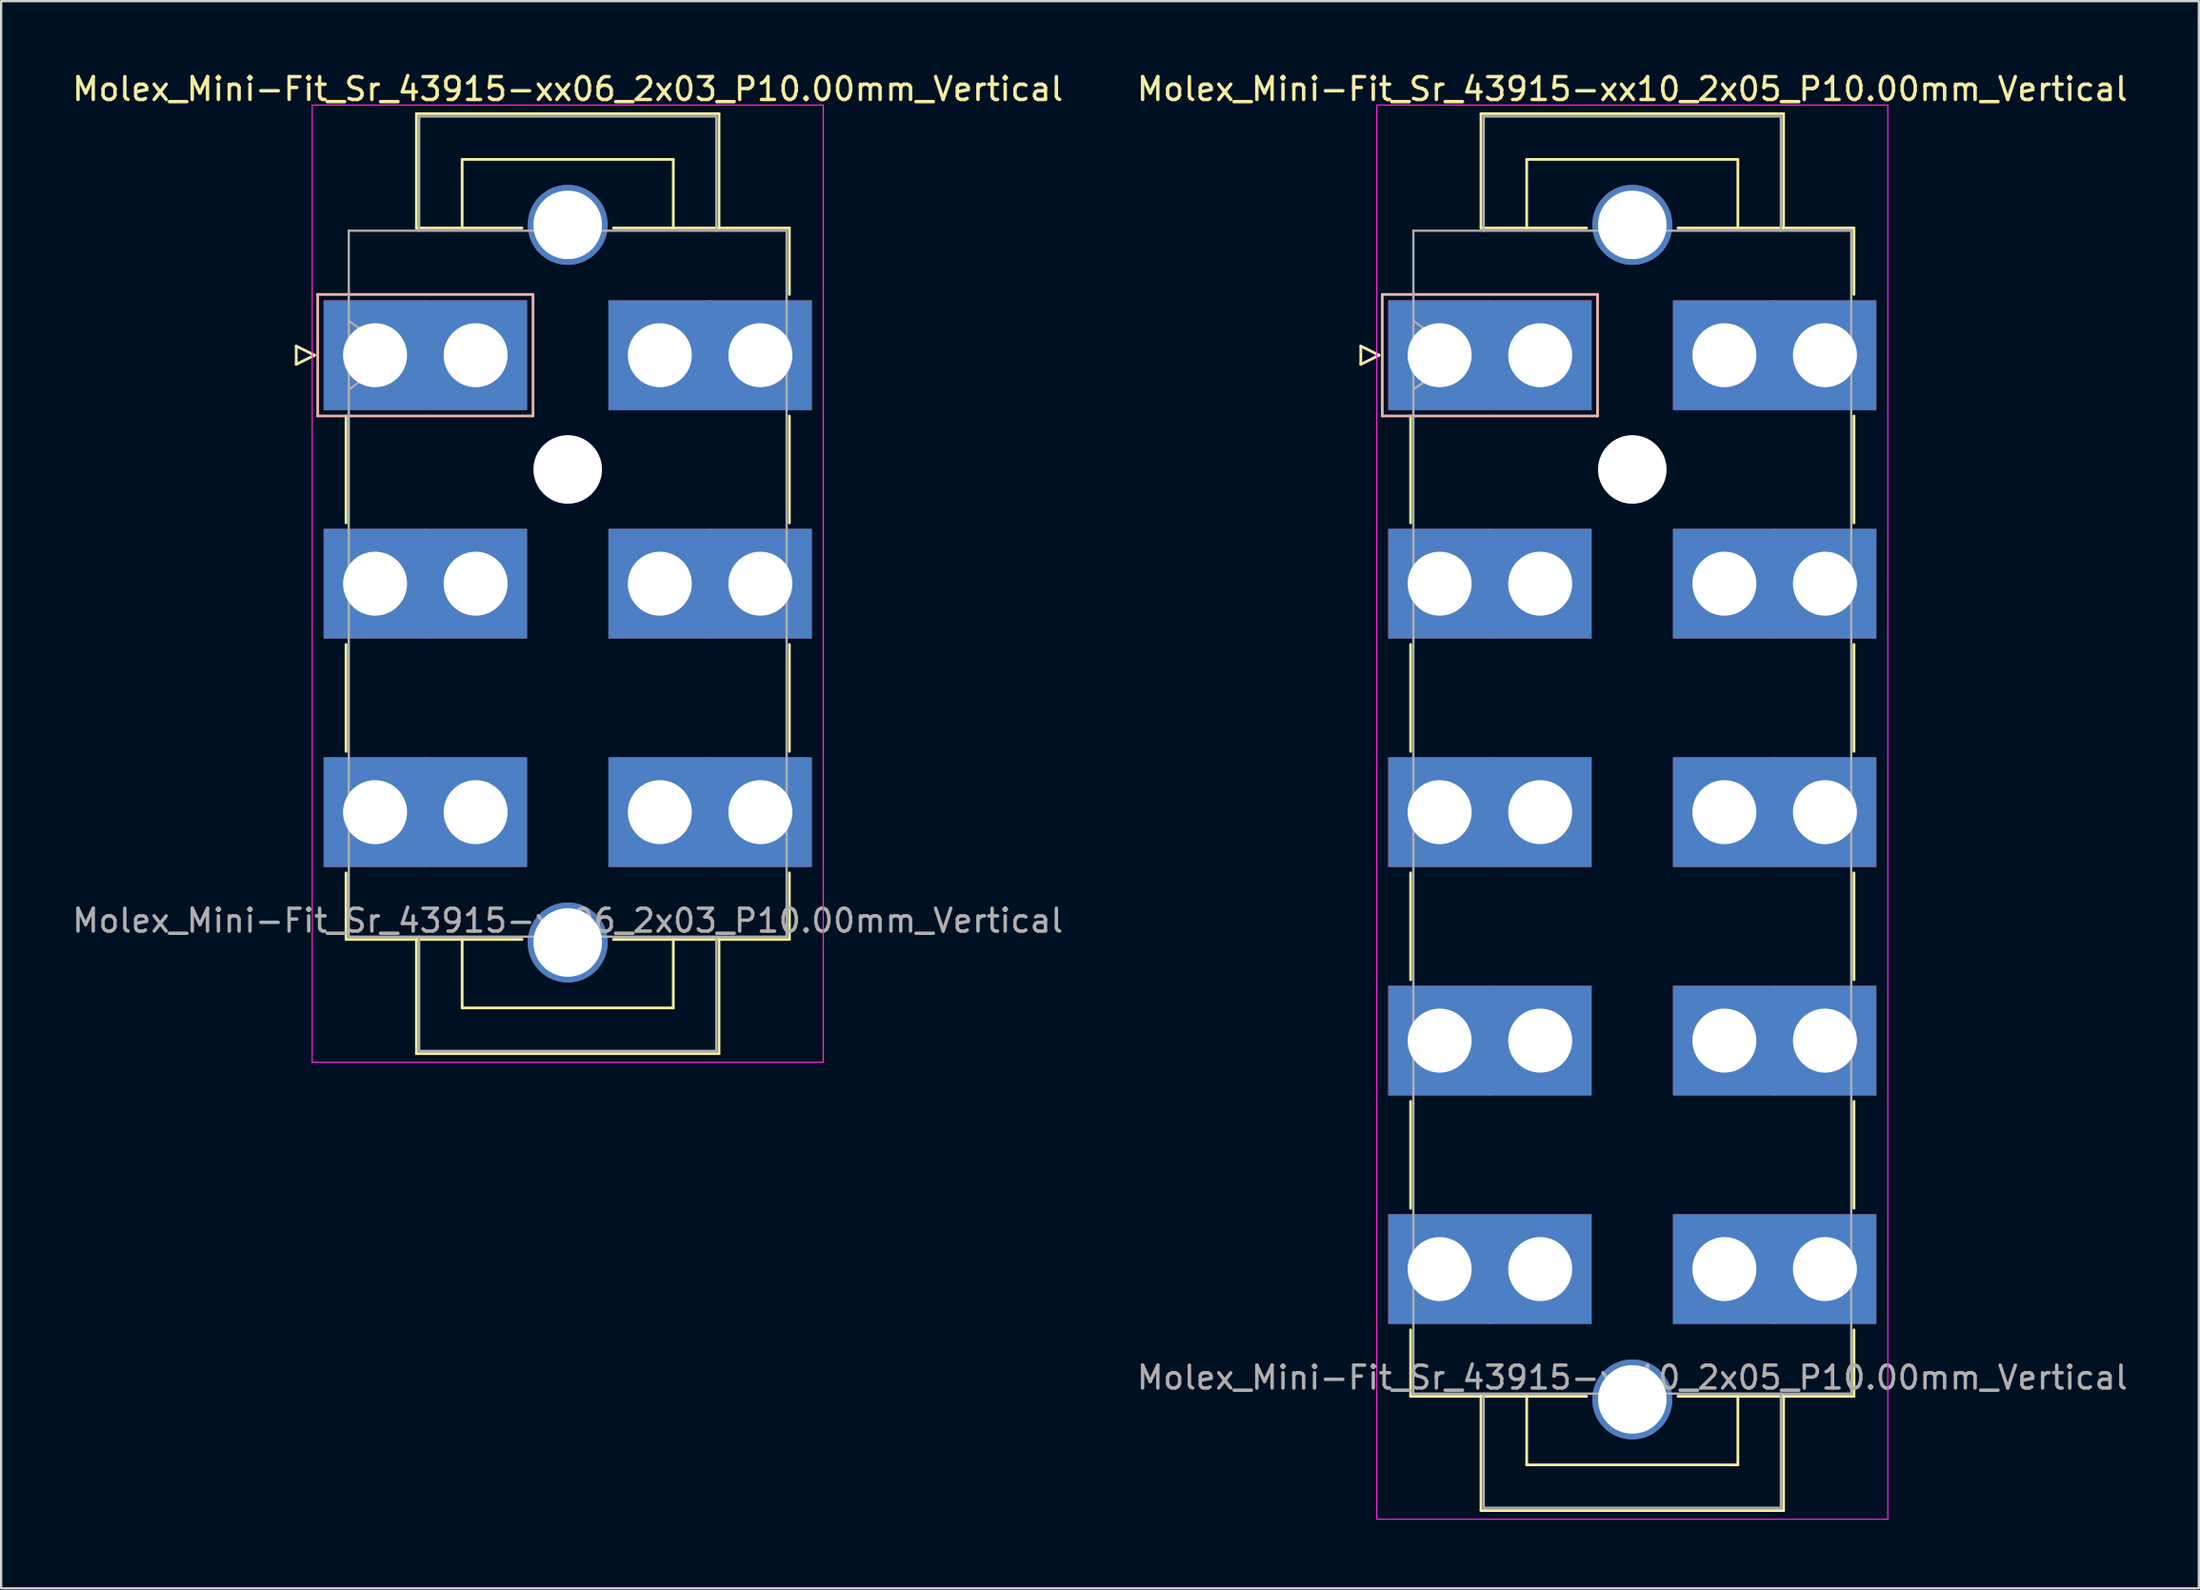
<source format=kicad_pcb>
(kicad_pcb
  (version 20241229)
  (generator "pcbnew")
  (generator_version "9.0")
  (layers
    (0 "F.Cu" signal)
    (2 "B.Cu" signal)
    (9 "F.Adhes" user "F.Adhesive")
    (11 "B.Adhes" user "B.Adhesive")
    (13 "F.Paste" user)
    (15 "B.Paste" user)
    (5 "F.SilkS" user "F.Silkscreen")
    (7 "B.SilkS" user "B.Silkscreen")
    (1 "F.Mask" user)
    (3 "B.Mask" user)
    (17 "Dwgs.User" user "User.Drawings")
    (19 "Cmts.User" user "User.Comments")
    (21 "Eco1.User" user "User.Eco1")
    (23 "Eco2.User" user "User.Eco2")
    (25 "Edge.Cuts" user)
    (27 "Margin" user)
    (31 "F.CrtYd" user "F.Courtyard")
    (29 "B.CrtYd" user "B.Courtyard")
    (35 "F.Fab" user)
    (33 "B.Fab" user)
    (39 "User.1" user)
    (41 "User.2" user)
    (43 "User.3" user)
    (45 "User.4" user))
  (footprint "Molex_Mini-Fit_Sr_43915-xx10_2x05_P10.00mm_Vertical"
    (layer "F.Cu")
    (at 59.945 12.498)
    (property "Reference" "Molex_Mini-Fit_Sr_43915-xx10_2x05_P10.00mm_Vertical" (at 8.43 -11.65 0) (layer "F.SilkS") (effects (font (size 1 1) (thickness 0.15))))
    (attr through_hole)
    (fp_line (start -3.45 -0.4) (end -3.45 0.4) (stroke (width 0.12) (type solid)) (layer "F.SilkS"))
    (fp_line (start -3.45 0.4) (end -2.65 0) (stroke (width 0.12) (type solid)) (layer "F.SilkS"))
    (fp_line (start -2.65 0) (end -3.45 -0.4) (stroke (width 0.12) (type solid)) (layer "F.SilkS"))
    (fp_line (start -1.27 2.66) (end -1.27 7.34) (stroke (width 0.12) (type solid)) (layer "F.SilkS"))
    (fp_line (start -1.27 12.66) (end -1.27 17.34) (stroke (width 0.12) (type solid)) (layer "F.SilkS"))
    (fp_line (start -1.27 22.66) (end -1.27 27.34) (stroke (width 0.12) (type solid)) (layer "F.SilkS"))
    (fp_line (start -1.27 32.66) (end -1.27 37.34) (stroke (width 0.12) (type solid)) (layer "F.SilkS"))
    (fp_line (start -1.27 42.66) (end -1.27 45.57) (stroke (width 0.12) (type solid)) (layer "F.SilkS"))
    (fp_line (start -1.27 45.57) (end 6.43 45.57) (stroke (width 0.12) (type solid)) (layer "F.SilkS"))
    (fp_line (start 1.81 -10.57) (end 15.05 -10.57) (stroke (width 0.12) (type solid)) (layer "F.SilkS"))
    (fp_line (start 1.81 -5.57) (end 1.81 -10.57) (stroke (width 0.12) (type solid)) (layer "F.SilkS"))
    (fp_line (start 1.81 45.57) (end 1.81 50.57) (stroke (width 0.12) (type solid)) (layer "F.SilkS"))
    (fp_line (start 1.81 50.57) (end 15.05 50.57) (stroke (width 0.12) (type solid)) (layer "F.SilkS"))
    (fp_line (start 3.81 -8.57) (end 13.05 -8.57) (stroke (width 0.12) (type solid)) (layer "F.SilkS"))
    (fp_line (start 3.81 -5.57) (end 3.81 -8.57) (stroke (width 0.12) (type solid)) (layer "F.SilkS"))
    (fp_line (start 3.81 45.57) (end 3.81 48.57) (stroke (width 0.12) (type solid)) (layer "F.SilkS"))
    (fp_line (start 3.81 48.57) (end 13.05 48.57) (stroke (width 0.12) (type solid)) (layer "F.SilkS"))
    (fp_line (start 6.43 -5.57) (end 1.81 -5.57) (stroke (width 0.12) (type solid)) (layer "F.SilkS"))
    (fp_line (start 13.05 -8.57) (end 13.05 -5.57) (stroke (width 0.12) (type solid)) (layer "F.SilkS"))
    (fp_line (start 13.05 48.57) (end 13.05 45.57) (stroke (width 0.12) (type solid)) (layer "F.SilkS"))
    (fp_line (start 15.05 -10.57) (end 15.05 -5.57) (stroke (width 0.12) (type solid)) (layer "F.SilkS"))
    (fp_line (start 15.05 50.57) (end 15.05 45.57) (stroke (width 0.12) (type solid)) (layer "F.SilkS"))
    (fp_line (start 18.13 -5.57) (end 10.43 -5.57) (stroke (width 0.12) (type solid)) (layer "F.SilkS"))
    (fp_line (start 18.13 -2.66) (end 18.13 -5.57) (stroke (width 0.12) (type solid)) (layer "F.SilkS"))
    (fp_line (start 18.13 2.66) (end 18.13 7.34) (stroke (width 0.12) (type solid)) (layer "F.SilkS"))
    (fp_line (start 18.13 12.66) (end 18.13 17.34) (stroke (width 0.12) (type solid)) (layer "F.SilkS"))
    (fp_line (start 18.13 22.66) (end 18.13 27.34) (stroke (width 0.12) (type solid)) (layer "F.SilkS"))
    (fp_line (start 18.13 32.66) (end 18.13 37.34) (stroke (width 0.12) (type solid)) (layer "F.SilkS"))
    (fp_line (start 18.13 42.66) (end 18.13 45.57) (stroke (width 0.12) (type solid)) (layer "F.SilkS"))
    (fp_line (start 18.13 45.57) (end 10.43 45.57) (stroke (width 0.12) (type solid)) (layer "F.SilkS"))
    (fp_line (start -2.51 -2.66) (end -2.51 2.66) (stroke (width 0.12) (type solid)) (layer "B.SilkS"))
    (fp_line (start -2.51 2.66) (end 6.91 2.66) (stroke (width 0.12) (type solid)) (layer "B.SilkS"))
    (fp_line (start 6.91 -2.66) (end -2.51 -2.66) (stroke (width 0.12) (type solid)) (layer "B.SilkS"))
    (fp_line (start 6.91 2.66) (end 6.91 -2.66) (stroke (width 0.12) (type solid)) (layer "B.SilkS"))
    (fp_line (start -2.75 -10.95) (end -2.75 50.95) (stroke (width 0.05) (type solid)) (layer "F.CrtYd"))
    (fp_line (start -2.75 50.95) (end 19.61 50.95) (stroke (width 0.05) (type solid)) (layer "F.CrtYd"))
    (fp_line (start 19.61 -10.95) (end -2.75 -10.95) (stroke (width 0.05) (type solid)) (layer "F.CrtYd"))
    (fp_line (start 19.61 50.95) (end 19.61 -10.95) (stroke (width 0.05) (type solid)) (layer "F.CrtYd"))
    (fp_line (start -1.15 -5.45) (end -1.15 45.45) (stroke (width 0.1) (type solid)) (layer "F.Fab"))
    (fp_line (start -1.15 -1.5) (end 0.971 0) (stroke (width 0.1) (type solid)) (layer "F.Fab"))
    (fp_line (start -1.15 45.45) (end 18.01 45.45) (stroke (width 0.1) (type solid)) (layer "F.Fab"))
    (fp_line (start 0.971 0) (end -1.15 1.5) (stroke (width 0.1) (type solid)) (layer "F.Fab"))
    (fp_line (start 1.93 -10.45) (end 14.93 -10.45) (stroke (width 0.1) (type solid)) (layer "F.Fab"))
    (fp_line (start 1.93 -5.45) (end 1.93 -10.45) (stroke (width 0.1) (type solid)) (layer "F.Fab"))
    (fp_line (start 1.93 45.45) (end 1.93 50.45) (stroke (width 0.1) (type solid)) (layer "F.Fab"))
    (fp_line (start 1.93 50.45) (end 14.93 50.45) (stroke (width 0.1) (type solid)) (layer "F.Fab"))
    (fp_line (start 14.93 -10.45) (end 14.93 -5.45) (stroke (width 0.1) (type solid)) (layer "F.Fab"))
    (fp_line (start 14.93 50.45) (end 14.93 45.45) (stroke (width 0.1) (type solid)) (layer "F.Fab"))
    (fp_line (start 18.01 -5.45) (end -1.15 -5.45) (stroke (width 0.1) (type solid)) (layer "F.Fab"))
    (fp_line (start 18.01 45.45) (end 18.01 -5.45) (stroke (width 0.1) (type solid)) (layer "F.Fab"))
    (fp_text user "${REFERENCE}" (at 8.43 44.75 0) (layer "F.Fab") (effects (font (size 1 1) (thickness 0.15))))
    (pad "" thru_hole circle (at 8.43 -5.705) (size 3.5 3.5) (drill 3) (layers "*.Cu" "*.Mask"))
    (pad "" np_thru_hole circle (at 8.43 5) (size 3 3) (drill 3) (layers "*.Cu" "*.Mask"))
    (pad "" thru_hole circle (at 8.43 45.705) (size 3.5 3.5) (drill 3) (layers "*.Cu" "*.Mask"))
    (pad "1" thru_hole rect (at 0 0) (size 4.5 4.8) (drill 2.8) (layers "*.Cu" "*.Mask"))
    (pad "1" thru_hole rect (at 4.4 0) (size 4.5 4.8) (drill 2.8) (layers "*.Cu" "*.Mask"))
    (pad "2" thru_hole rect (at 0 10) (size 4.5 4.8) (drill 2.8) (layers "*.Cu" "*.Mask"))
    (pad "2" thru_hole rect (at 4.4 10) (size 4.5 4.8) (drill 2.8) (layers "*.Cu" "*.Mask"))
    (pad "3" thru_hole rect (at 0 20) (size 4.5 4.8) (drill 2.8) (layers "*.Cu" "*.Mask"))
    (pad "3" thru_hole rect (at 4.4 20) (size 4.5 4.8) (drill 2.8) (layers "*.Cu" "*.Mask"))
    (pad "4" thru_hole rect (at 0 30) (size 4.5 4.8) (drill 2.8) (layers "*.Cu" "*.Mask"))
    (pad "4" thru_hole rect (at 4.4 30) (size 4.5 4.8) (drill 2.8) (layers "*.Cu" "*.Mask"))
    (pad "5" thru_hole rect (at 0 40) (size 4.5 4.8) (drill 2.8) (layers "*.Cu" "*.Mask"))
    (pad "5" thru_hole rect (at 4.4 40) (size 4.5 4.8) (drill 2.8) (layers "*.Cu" "*.Mask"))
    (pad "6" thru_hole rect (at 12.46 0) (size 4.5 4.8) (drill 2.8) (layers "*.Cu" "*.Mask"))
    (pad "6" thru_hole rect (at 16.86 0) (size 4.5 4.8) (drill 2.8) (layers "*.Cu" "*.Mask"))
    (pad "7" thru_hole rect (at 12.46 10) (size 4.5 4.8) (drill 2.8) (layers "*.Cu" "*.Mask"))
    (pad "7" thru_hole rect (at 16.86 10) (size 4.5 4.8) (drill 2.8) (layers "*.Cu" "*.Mask"))
    (pad "8" thru_hole rect (at 12.46 20) (size 4.5 4.8) (drill 2.8) (layers "*.Cu" "*.Mask"))
    (pad "8" thru_hole rect (at 16.86 20) (size 4.5 4.8) (drill 2.8) (layers "*.Cu" "*.Mask"))
    (pad "9" thru_hole rect (at 12.46 30) (size 4.5 4.8) (drill 2.8) (layers "*.Cu" "*.Mask"))
    (pad "9" thru_hole rect (at 16.86 30) (size 4.5 4.8) (drill 2.8) (layers "*.Cu" "*.Mask"))
    (pad "10" thru_hole rect (at 12.46 40) (size 4.5 4.8) (drill 2.8) (layers "*.Cu" "*.Mask"))
    (pad "10" thru_hole rect (at 16.86 40) (size 4.5 4.8) (drill 2.8) (layers "*.Cu" "*.Mask")))
  (footprint "Molex_Mini-Fit_Sr_43915-xx06_2x03_P10.00mm_Vertical"
    (layer "F.Cu")
    (at 13.362 12.498)
    (property "Reference" "Molex_Mini-Fit_Sr_43915-xx06_2x03_P10.00mm_Vertical" (at 8.43 -11.65 0) (layer "F.SilkS") (effects (font (size 1 1) (thickness 0.15))))
    (attr through_hole)
    (fp_line (start -3.45 -0.4) (end -3.45 0.4) (stroke (width 0.12) (type solid)) (layer "F.SilkS"))
    (fp_line (start -3.45 0.4) (end -2.65 0) (stroke (width 0.12) (type solid)) (layer "F.SilkS"))
    (fp_line (start -2.65 0) (end -3.45 -0.4) (stroke (width 0.12) (type solid)) (layer "F.SilkS"))
    (fp_line (start -1.27 2.66) (end -1.27 7.34) (stroke (width 0.12) (type solid)) (layer "F.SilkS"))
    (fp_line (start -1.27 12.66) (end -1.27 17.34) (stroke (width 0.12) (type solid)) (layer "F.SilkS"))
    (fp_line (start -1.27 22.66) (end -1.27 25.57) (stroke (width 0.12) (type solid)) (layer "F.SilkS"))
    (fp_line (start -1.27 25.57) (end 6.43 25.57) (stroke (width 0.12) (type solid)) (layer "F.SilkS"))
    (fp_line (start 1.81 -10.57) (end 15.05 -10.57) (stroke (width 0.12) (type solid)) (layer "F.SilkS"))
    (fp_line (start 1.81 -5.57) (end 1.81 -10.57) (stroke (width 0.12) (type solid)) (layer "F.SilkS"))
    (fp_line (start 1.81 25.57) (end 1.81 30.57) (stroke (width 0.12) (type solid)) (layer "F.SilkS"))
    (fp_line (start 1.81 30.57) (end 15.05 30.57) (stroke (width 0.12) (type solid)) (layer "F.SilkS"))
    (fp_line (start 3.81 -8.57) (end 13.05 -8.57) (stroke (width 0.12) (type solid)) (layer "F.SilkS"))
    (fp_line (start 3.81 -5.57) (end 3.81 -8.57) (stroke (width 0.12) (type solid)) (layer "F.SilkS"))
    (fp_line (start 3.81 25.57) (end 3.81 28.57) (stroke (width 0.12) (type solid)) (layer "F.SilkS"))
    (fp_line (start 3.81 28.57) (end 13.05 28.57) (stroke (width 0.12) (type solid)) (layer "F.SilkS"))
    (fp_line (start 6.43 -5.57) (end 1.81 -5.57) (stroke (width 0.12) (type solid)) (layer "F.SilkS"))
    (fp_line (start 13.05 -8.57) (end 13.05 -5.57) (stroke (width 0.12) (type solid)) (layer "F.SilkS"))
    (fp_line (start 13.05 28.57) (end 13.05 25.57) (stroke (width 0.12) (type solid)) (layer "F.SilkS"))
    (fp_line (start 15.05 -10.57) (end 15.05 -5.57) (stroke (width 0.12) (type solid)) (layer "F.SilkS"))
    (fp_line (start 15.05 30.57) (end 15.05 25.57) (stroke (width 0.12) (type solid)) (layer "F.SilkS"))
    (fp_line (start 18.13 -5.57) (end 10.43 -5.57) (stroke (width 0.12) (type solid)) (layer "F.SilkS"))
    (fp_line (start 18.13 -2.66) (end 18.13 -5.57) (stroke (width 0.12) (type solid)) (layer "F.SilkS"))
    (fp_line (start 18.13 2.66) (end 18.13 7.34) (stroke (width 0.12) (type solid)) (layer "F.SilkS"))
    (fp_line (start 18.13 12.66) (end 18.13 17.34) (stroke (width 0.12) (type solid)) (layer "F.SilkS"))
    (fp_line (start 18.13 22.66) (end 18.13 25.57) (stroke (width 0.12) (type solid)) (layer "F.SilkS"))
    (fp_line (start 18.13 25.57) (end 10.43 25.57) (stroke (width 0.12) (type solid)) (layer "F.SilkS"))
    (fp_line (start -2.51 -2.66) (end -2.51 2.66) (stroke (width 0.12) (type solid)) (layer "B.SilkS"))
    (fp_line (start -2.51 2.66) (end 6.91 2.66) (stroke (width 0.12) (type solid)) (layer "B.SilkS"))
    (fp_line (start 6.91 -2.66) (end -2.51 -2.66) (stroke (width 0.12) (type solid)) (layer "B.SilkS"))
    (fp_line (start 6.91 2.66) (end 6.91 -2.66) (stroke (width 0.12) (type solid)) (layer "B.SilkS"))
    (fp_line (start -2.75 -10.95) (end -2.75 30.95) (stroke (width 0.05) (type solid)) (layer "F.CrtYd"))
    (fp_line (start -2.75 30.95) (end 19.61 30.95) (stroke (width 0.05) (type solid)) (layer "F.CrtYd"))
    (fp_line (start 19.61 -10.95) (end -2.75 -10.95) (stroke (width 0.05) (type solid)) (layer "F.CrtYd"))
    (fp_line (start 19.61 30.95) (end 19.61 -10.95) (stroke (width 0.05) (type solid)) (layer "F.CrtYd"))
    (fp_line (start -1.15 -5.45) (end -1.15 25.45) (stroke (width 0.1) (type solid)) (layer "F.Fab"))
    (fp_line (start -1.15 -1.5) (end 0.971 0) (stroke (width 0.1) (type solid)) (layer "F.Fab"))
    (fp_line (start -1.15 25.45) (end 18.01 25.45) (stroke (width 0.1) (type solid)) (layer "F.Fab"))
    (fp_line (start 0.971 0) (end -1.15 1.5) (stroke (width 0.1) (type solid)) (layer "F.Fab"))
    (fp_line (start 1.93 -10.45) (end 14.93 -10.45) (stroke (width 0.1) (type solid)) (layer "F.Fab"))
    (fp_line (start 1.93 -5.45) (end 1.93 -10.45) (stroke (width 0.1) (type solid)) (layer "F.Fab"))
    (fp_line (start 1.93 25.45) (end 1.93 30.45) (stroke (width 0.1) (type solid)) (layer "F.Fab"))
    (fp_line (start 1.93 30.45) (end 14.93 30.45) (stroke (width 0.1) (type solid)) (layer "F.Fab"))
    (fp_line (start 14.93 -10.45) (end 14.93 -5.45) (stroke (width 0.1) (type solid)) (layer "F.Fab"))
    (fp_line (start 14.93 30.45) (end 14.93 25.45) (stroke (width 0.1) (type solid)) (layer "F.Fab"))
    (fp_line (start 18.01 -5.45) (end -1.15 -5.45) (stroke (width 0.1) (type solid)) (layer "F.Fab"))
    (fp_line (start 18.01 25.45) (end 18.01 -5.45) (stroke (width 0.1) (type solid)) (layer "F.Fab"))
    (fp_text user "${REFERENCE}" (at 8.43 24.75 0) (layer "F.Fab") (effects (font (size 1 1) (thickness 0.15))))
    (pad "" thru_hole circle (at 8.43 -5.705) (size 3.5 3.5) (drill 3) (layers "*.Cu" "*.Mask"))
    (pad "" np_thru_hole circle (at 8.43 5) (size 3 3) (drill 3) (layers "*.Cu" "*.Mask"))
    (pad "" thru_hole circle (at 8.43 25.705) (size 3.5 3.5) (drill 3) (layers "*.Cu" "*.Mask"))
    (pad "1" thru_hole rect (at 0 0) (size 4.5 4.8) (drill 2.8) (layers "*.Cu" "*.Mask"))
    (pad "1" thru_hole rect (at 4.4 0) (size 4.5 4.8) (drill 2.8) (layers "*.Cu" "*.Mask"))
    (pad "2" thru_hole rect (at 0 10) (size 4.5 4.8) (drill 2.8) (layers "*.Cu" "*.Mask"))
    (pad "2" thru_hole rect (at 4.4 10) (size 4.5 4.8) (drill 2.8) (layers "*.Cu" "*.Mask"))
    (pad "3" thru_hole rect (at 0 20) (size 4.5 4.8) (drill 2.8) (layers "*.Cu" "*.Mask"))
    (pad "3" thru_hole rect (at 4.4 20) (size 4.5 4.8) (drill 2.8) (layers "*.Cu" "*.Mask"))
    (pad "4" thru_hole rect (at 12.46 0) (size 4.5 4.8) (drill 2.8) (layers "*.Cu" "*.Mask"))
    (pad "4" thru_hole rect (at 16.86 0) (size 4.5 4.8) (drill 2.8) (layers "*.Cu" "*.Mask"))
    (pad "5" thru_hole rect (at 12.46 10) (size 4.5 4.8) (drill 2.8) (layers "*.Cu" "*.Mask"))
    (pad "5" thru_hole rect (at 16.86 10) (size 4.5 4.8) (drill 2.8) (layers "*.Cu" "*.Mask"))
    (pad "6" thru_hole rect (at 12.46 20) (size 4.5 4.8) (drill 2.8) (layers "*.Cu" "*.Mask"))
    (pad "6" thru_hole rect (at 16.86 20) (size 4.5 4.8) (drill 2.8) (layers "*.Cu" "*.Mask")))
  (gr_rect
    (start -3 -3)
    (end 93.167 66.473)
    (stroke (width 0.1) (type default))
    (fill no)
    (layer "Edge.Cuts")))
</source>
